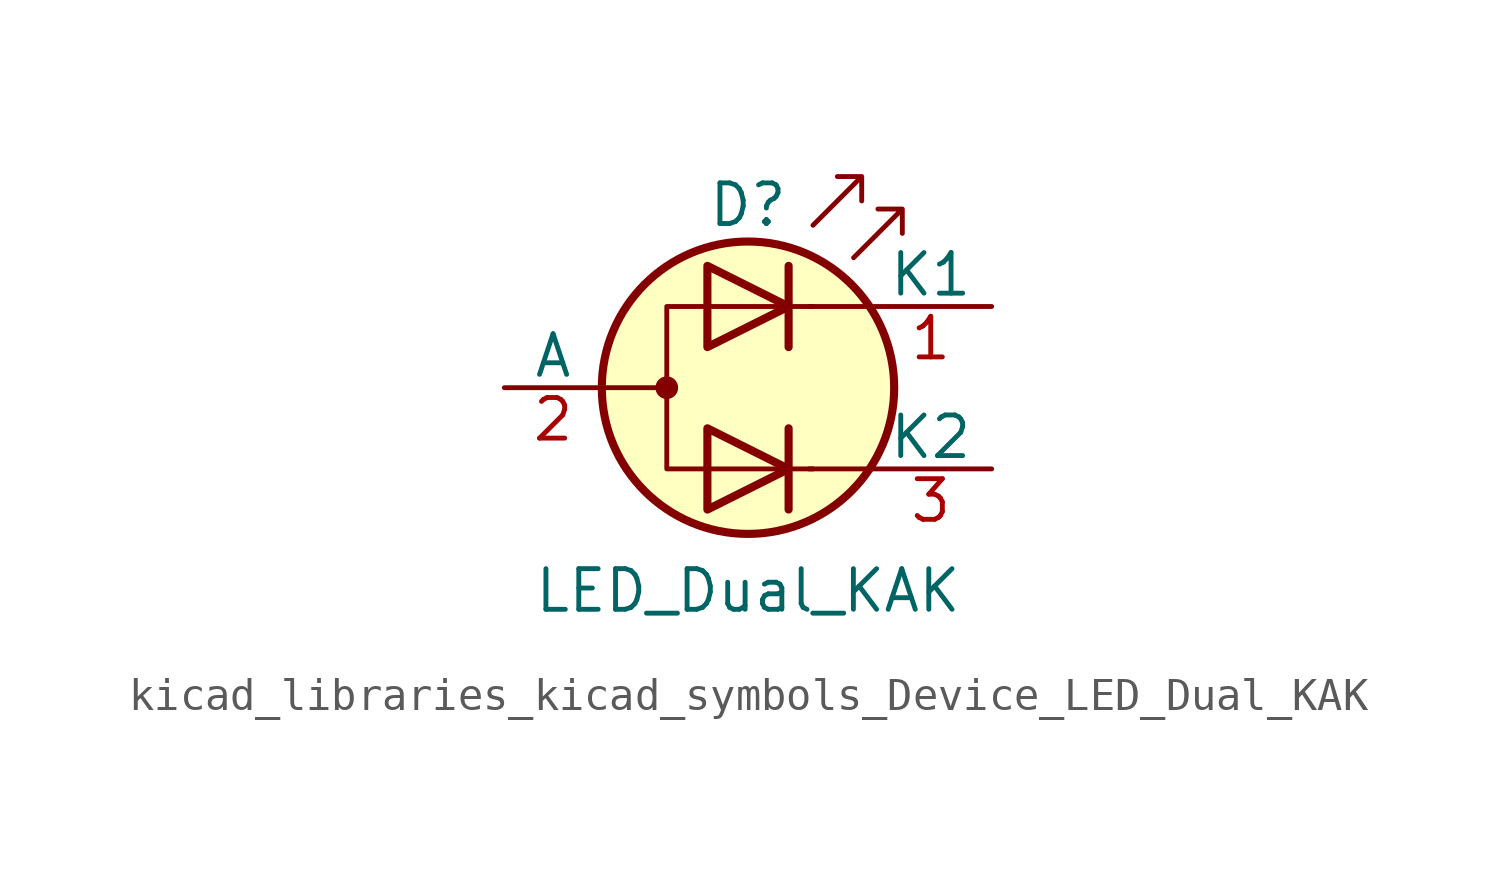
<source format=kicad_sym>
(kicad_symbol_lib
  (version 20220914)
  (generator kicad_symbol_editor)
  (symbol "kicad_libraries_kicad_symbols_Device_LED_Dual_KAK"
    (pin_names
      (offset 0))
    (property "Reference" "D"
      (at 0 5.715 0)
      (effects (font (size 1.27 1.27))))
    (property "Value" "LED_Dual_KAK"
      (at 0 -6.35 0)
      (effects (font (size 1.27 1.27))))
    (symbol "kicad_libraries_kicad_symbols_Device_LED_Dual_KAK_0_1"
      (circle (center -2.54 0) (radius 0.279) (stroke (width 0) (type default)) (fill (type outline)))
      (polyline (pts (xy -4.572 0) (xy -2.54 0)) (stroke (width 0) (type default)) (fill (type none)))
      (polyline (pts (xy 1.27 -1.27) (xy 1.27 -3.81)) (stroke (width 0.254) (type default)) (fill (type none)))
      (polyline (pts (xy 1.27 3.81) (xy 1.27 1.27)) (stroke (width 0.254) (type default)) (fill (type none)))
      (polyline (pts (xy 3.81 -2.54) (xy 1.905 -2.54)) (stroke (width 0) (type default)) (fill (type none)))
      (polyline (pts (xy 3.81 2.54) (xy 1.905 2.54)) (stroke (width 0) (type default)) (fill (type none)))
      (polyline (pts (xy -1.27 -1.27) (xy -1.27 -3.81) (xy 1.27 -2.54) (xy -1.27 -1.27)) (stroke (width 0.254) (type default)) (fill (type none)))
      (polyline (pts (xy -1.27 3.81) (xy -1.27 1.27) (xy 1.27 2.54) (xy -1.27 3.81)) (stroke (width 0.254) (type default)) (fill (type none)))
      (polyline (pts (xy 2.032 2.54) (xy -2.54 2.54) (xy -2.54 -2.54) (xy 2.032 -2.54)) (stroke (width 0) (type default)) (fill (type none)))
      (polyline (pts (xy 2.032 5.08) (xy 3.556 6.604) (xy 2.794 6.604) (xy 3.556 6.604) (xy 3.556 5.842)) (stroke (width 0) (type default)) (fill (type none)))
      (polyline (pts (xy 3.302 4.064) (xy 4.826 5.588) (xy 4.064 5.588) (xy 4.826 5.588) (xy 4.826 4.826)) (stroke (width 0) (type default)) (fill (type none)))
      (circle (center 0 0) (radius 4.572) (stroke (width 0.254) (type default)) (fill (type background))))
    (symbol "kicad_libraries_kicad_symbols_Device_LED_Dual_KAK_1_1"
      (pin input line (at 7.62 2.54 180) (length 3.81) (name "K1" (effects (font (size 1.27 1.27)))) (number "1" (effects (font (size 1.27 1.27)))))
      (pin input line (at -7.62 0 0) (length 3.048) (name "A" (effects (font (size 1.27 1.27)))) (number "2" (effects (font (size 1.27 1.27)))))
      (pin input line (at 7.62 -2.54 180) (length 3.81) (name "K2" (effects (font (size 1.27 1.27)))) (number "3" (effects (font (size 1.27 1.27))))))))
</source>
